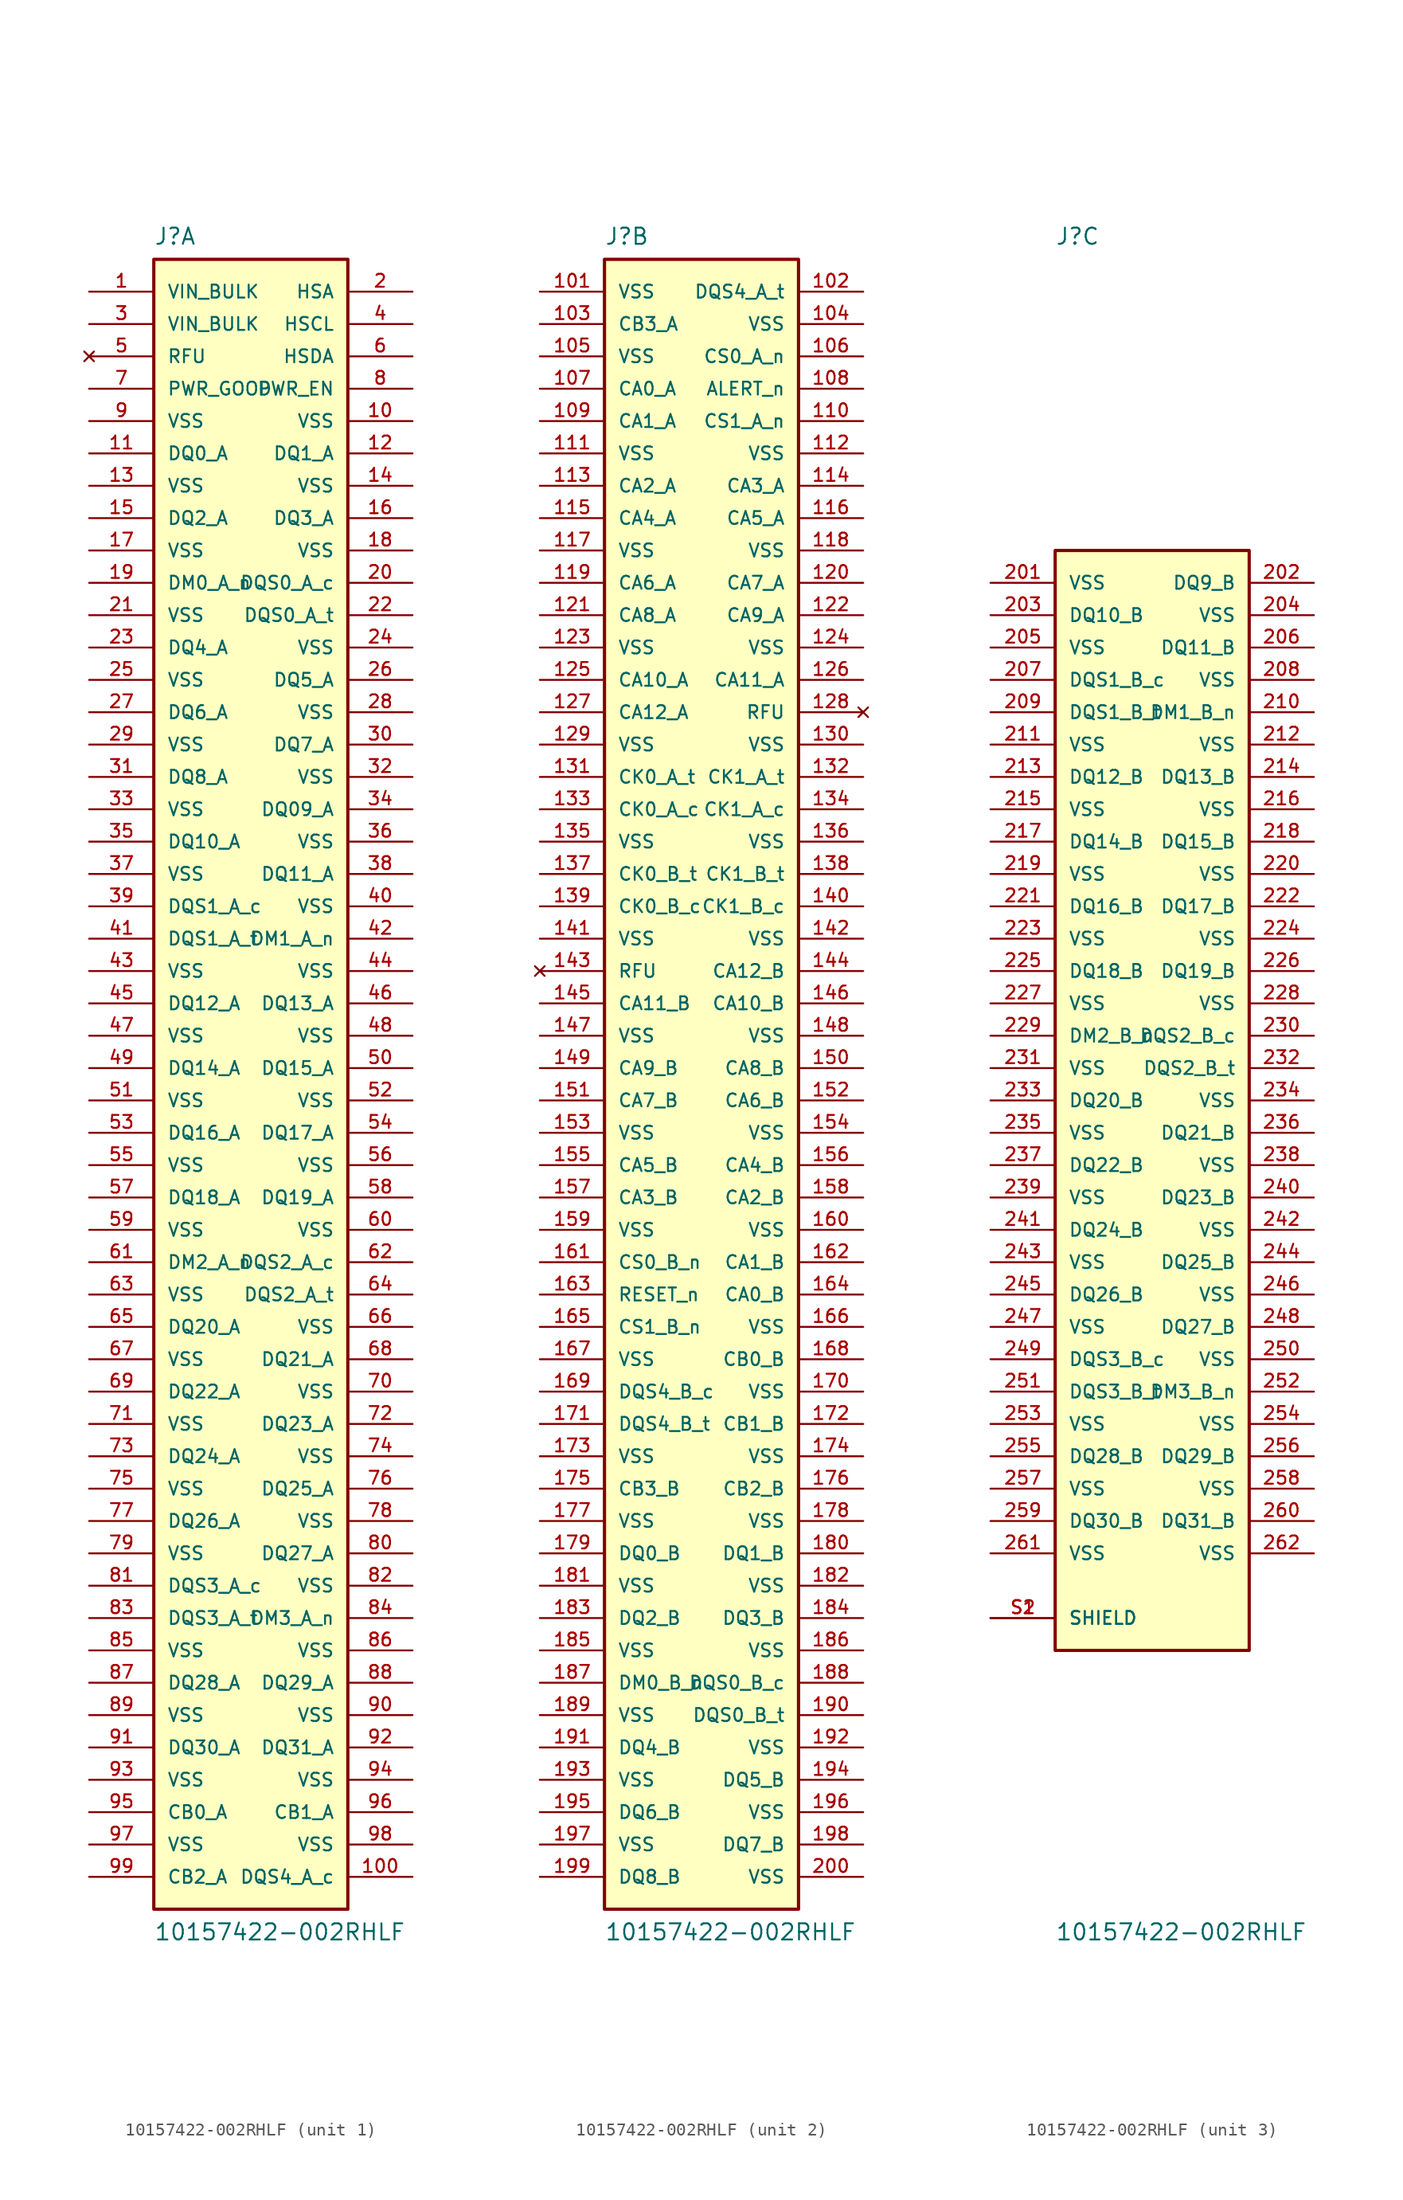
<source format=kicad_sym>
(kicad_symbol_lib
  (version 20220914)
  (generator kicad_symbol_editor)
  (symbol "10157422-002RHLF"
    (pin_names
      (offset 1.016))
    (property "Reference" "J"
      (at -7.62 68.58 0)
      (effects (font (size 1.27 1.27)) (justify left top)))
    (property "Value" "10157422-002RHLF"
      (at -7.62 -66.04 0)
      (effects (font (size 1.27 1.27)) (justify left bottom)))
    (symbol "10157422-002RHLF_1_0"
      (rectangle (start -7.62 -63.5) (end 7.62 66.04) (stroke (width 0.254) (type default)) (fill (type background)))
      (pin power_in line (at -12.7 63.5 0) (length 5.08) (name "VIN_BULK" (effects (font (size 1.016 1.016)))) (number "1" (effects (font (size 1.016 1.016)))))
      (pin power_in line (at 12.7 53.34 180) (length 5.08) (name "VSS" (effects (font (size 1.016 1.016)))) (number "10" (effects (font (size 1.016 1.016)))))
      (pin bidirectional line (at 12.7 -60.96 180) (length 5.08) (name "DQS4_A_c" (effects (font (size 1.016 1.016)))) (number "100" (effects (font (size 1.016 1.016)))))
      (pin bidirectional line (at -12.7 50.8 0) (length 5.08) (name "DQ0_A" (effects (font (size 1.016 1.016)))) (number "11" (effects (font (size 1.016 1.016)))))
      (pin bidirectional line (at 12.7 50.8 180) (length 5.08) (name "DQ1_A" (effects (font (size 1.016 1.016)))) (number "12" (effects (font (size 1.016 1.016)))))
      (pin power_in line (at -12.7 48.26 0) (length 5.08) (name "VSS" (effects (font (size 1.016 1.016)))) (number "13" (effects (font (size 1.016 1.016)))))
      (pin power_in line (at 12.7 48.26 180) (length 5.08) (name "VSS" (effects (font (size 1.016 1.016)))) (number "14" (effects (font (size 1.016 1.016)))))
      (pin bidirectional line (at -12.7 45.72 0) (length 5.08) (name "DQ2_A" (effects (font (size 1.016 1.016)))) (number "15" (effects (font (size 1.016 1.016)))))
      (pin bidirectional line (at 12.7 45.72 180) (length 5.08) (name "DQ3_A" (effects (font (size 1.016 1.016)))) (number "16" (effects (font (size 1.016 1.016)))))
      (pin power_in line (at -12.7 43.18 0) (length 5.08) (name "VSS" (effects (font (size 1.016 1.016)))) (number "17" (effects (font (size 1.016 1.016)))))
      (pin power_in line (at 12.7 43.18 180) (length 5.08) (name "VSS" (effects (font (size 1.016 1.016)))) (number "18" (effects (font (size 1.016 1.016)))))
      (pin input line (at -12.7 40.64 0) (length 5.08) (name "DM0_A_n" (effects (font (size 1.016 1.016)))) (number "19" (effects (font (size 1.016 1.016)))))
      (pin input line (at 12.7 63.5 180) (length 5.08) (name "HSA" (effects (font (size 1.016 1.016)))) (number "2" (effects (font (size 1.016 1.016)))))
      (pin bidirectional line (at 12.7 40.64 180) (length 5.08) (name "DQS0_A_c" (effects (font (size 1.016 1.016)))) (number "20" (effects (font (size 1.016 1.016)))))
      (pin power_in line (at -12.7 38.1 0) (length 5.08) (name "VSS" (effects (font (size 1.016 1.016)))) (number "21" (effects (font (size 1.016 1.016)))))
      (pin bidirectional line (at 12.7 38.1 180) (length 5.08) (name "DQS0_A_t" (effects (font (size 1.016 1.016)))) (number "22" (effects (font (size 1.016 1.016)))))
      (pin bidirectional line (at -12.7 35.56 0) (length 5.08) (name "DQ4_A" (effects (font (size 1.016 1.016)))) (number "23" (effects (font (size 1.016 1.016)))))
      (pin power_in line (at 12.7 35.56 180) (length 5.08) (name "VSS" (effects (font (size 1.016 1.016)))) (number "24" (effects (font (size 1.016 1.016)))))
      (pin power_in line (at -12.7 33.02 0) (length 5.08) (name "VSS" (effects (font (size 1.016 1.016)))) (number "25" (effects (font (size 1.016 1.016)))))
      (pin bidirectional line (at 12.7 33.02 180) (length 5.08) (name "DQ5_A" (effects (font (size 1.016 1.016)))) (number "26" (effects (font (size 1.016 1.016)))))
      (pin bidirectional line (at -12.7 30.48 0) (length 5.08) (name "DQ6_A" (effects (font (size 1.016 1.016)))) (number "27" (effects (font (size 1.016 1.016)))))
      (pin power_in line (at 12.7 30.48 180) (length 5.08) (name "VSS" (effects (font (size 1.016 1.016)))) (number "28" (effects (font (size 1.016 1.016)))))
      (pin power_in line (at -12.7 27.94 0) (length 5.08) (name "VSS" (effects (font (size 1.016 1.016)))) (number "29" (effects (font (size 1.016 1.016)))))
      (pin power_in line (at -12.7 60.96 0) (length 5.08) (name "VIN_BULK" (effects (font (size 1.016 1.016)))) (number "3" (effects (font (size 1.016 1.016)))))
      (pin bidirectional line (at 12.7 27.94 180) (length 5.08) (name "DQ7_A" (effects (font (size 1.016 1.016)))) (number "30" (effects (font (size 1.016 1.016)))))
      (pin bidirectional line (at -12.7 25.4 0) (length 5.08) (name "DQ8_A" (effects (font (size 1.016 1.016)))) (number "31" (effects (font (size 1.016 1.016)))))
      (pin power_in line (at 12.7 25.4 180) (length 5.08) (name "VSS" (effects (font (size 1.016 1.016)))) (number "32" (effects (font (size 1.016 1.016)))))
      (pin power_in line (at -12.7 22.86 0) (length 5.08) (name "VSS" (effects (font (size 1.016 1.016)))) (number "33" (effects (font (size 1.016 1.016)))))
      (pin bidirectional line (at 12.7 22.86 180) (length 5.08) (name "DQ09_A" (effects (font (size 1.016 1.016)))) (number "34" (effects (font (size 1.016 1.016)))))
      (pin bidirectional line (at -12.7 20.32 0) (length 5.08) (name "DQ10_A" (effects (font (size 1.016 1.016)))) (number "35" (effects (font (size 1.016 1.016)))))
      (pin power_in line (at 12.7 20.32 180) (length 5.08) (name "VSS" (effects (font (size 1.016 1.016)))) (number "36" (effects (font (size 1.016 1.016)))))
      (pin power_in line (at -12.7 17.78 0) (length 5.08) (name "VSS" (effects (font (size 1.016 1.016)))) (number "37" (effects (font (size 1.016 1.016)))))
      (pin bidirectional line (at 12.7 17.78 180) (length 5.08) (name "DQ11_A" (effects (font (size 1.016 1.016)))) (number "38" (effects (font (size 1.016 1.016)))))
      (pin bidirectional line (at -12.7 15.24 0) (length 5.08) (name "DQS1_A_c" (effects (font (size 1.016 1.016)))) (number "39" (effects (font (size 1.016 1.016)))))
      (pin input line (at 12.7 60.96 180) (length 5.08) (name "HSCL" (effects (font (size 1.016 1.016)))) (number "4" (effects (font (size 1.016 1.016)))))
      (pin power_in line (at 12.7 15.24 180) (length 5.08) (name "VSS" (effects (font (size 1.016 1.016)))) (number "40" (effects (font (size 1.016 1.016)))))
      (pin bidirectional line (at -12.7 12.7 0) (length 5.08) (name "DQS1_A_t" (effects (font (size 1.016 1.016)))) (number "41" (effects (font (size 1.016 1.016)))))
      (pin input line (at 12.7 12.7 180) (length 5.08) (name "DM1_A_n" (effects (font (size 1.016 1.016)))) (number "42" (effects (font (size 1.016 1.016)))))
      (pin power_in line (at -12.7 10.16 0) (length 5.08) (name "VSS" (effects (font (size 1.016 1.016)))) (number "43" (effects (font (size 1.016 1.016)))))
      (pin power_in line (at 12.7 10.16 180) (length 5.08) (name "VSS" (effects (font (size 1.016 1.016)))) (number "44" (effects (font (size 1.016 1.016)))))
      (pin bidirectional line (at -12.7 7.62 0) (length 5.08) (name "DQ12_A" (effects (font (size 1.016 1.016)))) (number "45" (effects (font (size 1.016 1.016)))))
      (pin bidirectional line (at 12.7 7.62 180) (length 5.08) (name "DQ13_A" (effects (font (size 1.016 1.016)))) (number "46" (effects (font (size 1.016 1.016)))))
      (pin power_in line (at -12.7 5.08 0) (length 5.08) (name "VSS" (effects (font (size 1.016 1.016)))) (number "47" (effects (font (size 1.016 1.016)))))
      (pin power_in line (at 12.7 5.08 180) (length 5.08) (name "VSS" (effects (font (size 1.016 1.016)))) (number "48" (effects (font (size 1.016 1.016)))))
      (pin bidirectional line (at -12.7 2.54 0) (length 5.08) (name "DQ14_A" (effects (font (size 1.016 1.016)))) (number "49" (effects (font (size 1.016 1.016)))))
      (pin no_connect line (at -12.7 58.42 0) (length 5.08) (name "RFU" (effects (font (size 1.016 1.016)))) (number "5" (effects (font (size 1.016 1.016)))))
      (pin bidirectional line (at 12.7 2.54 180) (length 5.08) (name "DQ15_A" (effects (font (size 1.016 1.016)))) (number "50" (effects (font (size 1.016 1.016)))))
      (pin power_in line (at -12.7 0 0) (length 5.08) (name "VSS" (effects (font (size 1.016 1.016)))) (number "51" (effects (font (size 1.016 1.016)))))
      (pin power_in line (at 12.7 0 180) (length 5.08) (name "VSS" (effects (font (size 1.016 1.016)))) (number "52" (effects (font (size 1.016 1.016)))))
      (pin bidirectional line (at -12.7 -2.54 0) (length 5.08) (name "DQ16_A" (effects (font (size 1.016 1.016)))) (number "53" (effects (font (size 1.016 1.016)))))
      (pin bidirectional line (at 12.7 -2.54 180) (length 5.08) (name "DQ17_A" (effects (font (size 1.016 1.016)))) (number "54" (effects (font (size 1.016 1.016)))))
      (pin power_in line (at -12.7 -5.08 0) (length 5.08) (name "VSS" (effects (font (size 1.016 1.016)))) (number "55" (effects (font (size 1.016 1.016)))))
      (pin power_in line (at 12.7 -5.08 180) (length 5.08) (name "VSS" (effects (font (size 1.016 1.016)))) (number "56" (effects (font (size 1.016 1.016)))))
      (pin bidirectional line (at -12.7 -7.62 0) (length 5.08) (name "DQ18_A" (effects (font (size 1.016 1.016)))) (number "57" (effects (font (size 1.016 1.016)))))
      (pin bidirectional line (at 12.7 -7.62 180) (length 5.08) (name "DQ19_A" (effects (font (size 1.016 1.016)))) (number "58" (effects (font (size 1.016 1.016)))))
      (pin power_in line (at -12.7 -10.16 0) (length 5.08) (name "VSS" (effects (font (size 1.016 1.016)))) (number "59" (effects (font (size 1.016 1.016)))))
      (pin bidirectional line (at 12.7 58.42 180) (length 5.08) (name "HSDA" (effects (font (size 1.016 1.016)))) (number "6" (effects (font (size 1.016 1.016)))))
      (pin power_in line (at 12.7 -10.16 180) (length 5.08) (name "VSS" (effects (font (size 1.016 1.016)))) (number "60" (effects (font (size 1.016 1.016)))))
      (pin input line (at -12.7 -12.7 0) (length 5.08) (name "DM2_A_n" (effects (font (size 1.016 1.016)))) (number "61" (effects (font (size 1.016 1.016)))))
      (pin bidirectional line (at 12.7 -12.7 180) (length 5.08) (name "DQS2_A_c" (effects (font (size 1.016 1.016)))) (number "62" (effects (font (size 1.016 1.016)))))
      (pin power_in line (at -12.7 -15.24 0) (length 5.08) (name "VSS" (effects (font (size 1.016 1.016)))) (number "63" (effects (font (size 1.016 1.016)))))
      (pin bidirectional line (at 12.7 -15.24 180) (length 5.08) (name "DQS2_A_t" (effects (font (size 1.016 1.016)))) (number "64" (effects (font (size 1.016 1.016)))))
      (pin bidirectional line (at -12.7 -17.78 0) (length 5.08) (name "DQ20_A" (effects (font (size 1.016 1.016)))) (number "65" (effects (font (size 1.016 1.016)))))
      (pin power_in line (at 12.7 -17.78 180) (length 5.08) (name "VSS" (effects (font (size 1.016 1.016)))) (number "66" (effects (font (size 1.016 1.016)))))
      (pin power_in line (at -12.7 -20.32 0) (length 5.08) (name "VSS" (effects (font (size 1.016 1.016)))) (number "67" (effects (font (size 1.016 1.016)))))
      (pin bidirectional line (at 12.7 -20.32 180) (length 5.08) (name "DQ21_A" (effects (font (size 1.016 1.016)))) (number "68" (effects (font (size 1.016 1.016)))))
      (pin bidirectional line (at -12.7 -22.86 0) (length 5.08) (name "DQ22_A" (effects (font (size 1.016 1.016)))) (number "69" (effects (font (size 1.016 1.016)))))
      (pin bidirectional line (at -12.7 55.88 0) (length 5.08) (name "PWR_GOOD" (effects (font (size 1.016 1.016)))) (number "7" (effects (font (size 1.016 1.016)))))
      (pin power_in line (at 12.7 -22.86 180) (length 5.08) (name "VSS" (effects (font (size 1.016 1.016)))) (number "70" (effects (font (size 1.016 1.016)))))
      (pin power_in line (at -12.7 -25.4 0) (length 5.08) (name "VSS" (effects (font (size 1.016 1.016)))) (number "71" (effects (font (size 1.016 1.016)))))
      (pin bidirectional line (at 12.7 -25.4 180) (length 5.08) (name "DQ23_A" (effects (font (size 1.016 1.016)))) (number "72" (effects (font (size 1.016 1.016)))))
      (pin bidirectional line (at -12.7 -27.94 0) (length 5.08) (name "DQ24_A" (effects (font (size 1.016 1.016)))) (number "73" (effects (font (size 1.016 1.016)))))
      (pin power_in line (at 12.7 -27.94 180) (length 5.08) (name "VSS" (effects (font (size 1.016 1.016)))) (number "74" (effects (font (size 1.016 1.016)))))
      (pin power_in line (at -12.7 -30.48 0) (length 5.08) (name "VSS" (effects (font (size 1.016 1.016)))) (number "75" (effects (font (size 1.016 1.016)))))
      (pin bidirectional line (at 12.7 -30.48 180) (length 5.08) (name "DQ25_A" (effects (font (size 1.016 1.016)))) (number "76" (effects (font (size 1.016 1.016)))))
      (pin bidirectional line (at -12.7 -33.02 0) (length 5.08) (name "DQ26_A" (effects (font (size 1.016 1.016)))) (number "77" (effects (font (size 1.016 1.016)))))
      (pin power_in line (at 12.7 -33.02 180) (length 5.08) (name "VSS" (effects (font (size 1.016 1.016)))) (number "78" (effects (font (size 1.016 1.016)))))
      (pin power_in line (at -12.7 -35.56 0) (length 5.08) (name "VSS" (effects (font (size 1.016 1.016)))) (number "79" (effects (font (size 1.016 1.016)))))
      (pin input line (at 12.7 55.88 180) (length 5.08) (name "PWR_EN" (effects (font (size 1.016 1.016)))) (number "8" (effects (font (size 1.016 1.016)))))
      (pin bidirectional line (at 12.7 -35.56 180) (length 5.08) (name "DQ27_A" (effects (font (size 1.016 1.016)))) (number "80" (effects (font (size 1.016 1.016)))))
      (pin bidirectional line (at -12.7 -38.1 0) (length 5.08) (name "DQS3_A_c" (effects (font (size 1.016 1.016)))) (number "81" (effects (font (size 1.016 1.016)))))
      (pin power_in line (at 12.7 -38.1 180) (length 5.08) (name "VSS" (effects (font (size 1.016 1.016)))) (number "82" (effects (font (size 1.016 1.016)))))
      (pin bidirectional line (at -12.7 -40.64 0) (length 5.08) (name "DQS3_A_t" (effects (font (size 1.016 1.016)))) (number "83" (effects (font (size 1.016 1.016)))))
      (pin input line (at 12.7 -40.64 180) (length 5.08) (name "DM3_A_n" (effects (font (size 1.016 1.016)))) (number "84" (effects (font (size 1.016 1.016)))))
      (pin power_in line (at -12.7 -43.18 0) (length 5.08) (name "VSS" (effects (font (size 1.016 1.016)))) (number "85" (effects (font (size 1.016 1.016)))))
      (pin power_in line (at 12.7 -43.18 180) (length 5.08) (name "VSS" (effects (font (size 1.016 1.016)))) (number "86" (effects (font (size 1.016 1.016)))))
      (pin bidirectional line (at -12.7 -45.72 0) (length 5.08) (name "DQ28_A" (effects (font (size 1.016 1.016)))) (number "87" (effects (font (size 1.016 1.016)))))
      (pin bidirectional line (at 12.7 -45.72 180) (length 5.08) (name "DQ29_A" (effects (font (size 1.016 1.016)))) (number "88" (effects (font (size 1.016 1.016)))))
      (pin power_in line (at -12.7 -48.26 0) (length 5.08) (name "VSS" (effects (font (size 1.016 1.016)))) (number "89" (effects (font (size 1.016 1.016)))))
      (pin power_in line (at -12.7 53.34 0) (length 5.08) (name "VSS" (effects (font (size 1.016 1.016)))) (number "9" (effects (font (size 1.016 1.016)))))
      (pin power_in line (at 12.7 -48.26 180) (length 5.08) (name "VSS" (effects (font (size 1.016 1.016)))) (number "90" (effects (font (size 1.016 1.016)))))
      (pin bidirectional line (at -12.7 -50.8 0) (length 5.08) (name "DQ30_A" (effects (font (size 1.016 1.016)))) (number "91" (effects (font (size 1.016 1.016)))))
      (pin bidirectional line (at 12.7 -50.8 180) (length 5.08) (name "DQ31_A" (effects (font (size 1.016 1.016)))) (number "92" (effects (font (size 1.016 1.016)))))
      (pin power_in line (at -12.7 -53.34 0) (length 5.08) (name "VSS" (effects (font (size 1.016 1.016)))) (number "93" (effects (font (size 1.016 1.016)))))
      (pin power_in line (at 12.7 -53.34 180) (length 5.08) (name "VSS" (effects (font (size 1.016 1.016)))) (number "94" (effects (font (size 1.016 1.016)))))
      (pin bidirectional line (at -12.7 -55.88 0) (length 5.08) (name "CB0_A" (effects (font (size 1.016 1.016)))) (number "95" (effects (font (size 1.016 1.016)))))
      (pin bidirectional line (at 12.7 -55.88 180) (length 5.08) (name "CB1_A" (effects (font (size 1.016 1.016)))) (number "96" (effects (font (size 1.016 1.016)))))
      (pin power_in line (at -12.7 -58.42 0) (length 5.08) (name "VSS" (effects (font (size 1.016 1.016)))) (number "97" (effects (font (size 1.016 1.016)))))
      (pin power_in line (at 12.7 -58.42 180) (length 5.08) (name "VSS" (effects (font (size 1.016 1.016)))) (number "98" (effects (font (size 1.016 1.016)))))
      (pin bidirectional line (at -12.7 -60.96 0) (length 5.08) (name "CB2_A" (effects (font (size 1.016 1.016)))) (number "99" (effects (font (size 1.016 1.016))))))
    (symbol "10157422-002RHLF_2_0"
      (rectangle (start -7.62 -63.5) (end 7.62 66.04) (stroke (width 0.254) (type default)) (fill (type background)))
      (pin power_in line (at -12.7 63.5 0) (length 5.08) (name "VSS" (effects (font (size 1.016 1.016)))) (number "101" (effects (font (size 1.016 1.016)))))
      (pin bidirectional line (at 12.7 63.5 180) (length 5.08) (name "DQS4_A_t" (effects (font (size 1.016 1.016)))) (number "102" (effects (font (size 1.016 1.016)))))
      (pin bidirectional line (at -12.7 60.96 0) (length 5.08) (name "CB3_A" (effects (font (size 1.016 1.016)))) (number "103" (effects (font (size 1.016 1.016)))))
      (pin power_in line (at 12.7 60.96 180) (length 5.08) (name "VSS" (effects (font (size 1.016 1.016)))) (number "104" (effects (font (size 1.016 1.016)))))
      (pin power_in line (at -12.7 58.42 0) (length 5.08) (name "VSS" (effects (font (size 1.016 1.016)))) (number "105" (effects (font (size 1.016 1.016)))))
      (pin input line (at 12.7 58.42 180) (length 5.08) (name "CS0_A_n" (effects (font (size 1.016 1.016)))) (number "106" (effects (font (size 1.016 1.016)))))
      (pin input line (at -12.7 55.88 0) (length 5.08) (name "CA0_A" (effects (font (size 1.016 1.016)))) (number "107" (effects (font (size 1.016 1.016)))))
      (pin bidirectional line (at 12.7 55.88 180) (length 5.08) (name "ALERT_n" (effects (font (size 1.016 1.016)))) (number "108" (effects (font (size 1.016 1.016)))))
      (pin input line (at -12.7 53.34 0) (length 5.08) (name "CA1_A" (effects (font (size 1.016 1.016)))) (number "109" (effects (font (size 1.016 1.016)))))
      (pin input line (at 12.7 53.34 180) (length 5.08) (name "CS1_A_n" (effects (font (size 1.016 1.016)))) (number "110" (effects (font (size 1.016 1.016)))))
      (pin power_in line (at -12.7 50.8 0) (length 5.08) (name "VSS" (effects (font (size 1.016 1.016)))) (number "111" (effects (font (size 1.016 1.016)))))
      (pin power_in line (at 12.7 50.8 180) (length 5.08) (name "VSS" (effects (font (size 1.016 1.016)))) (number "112" (effects (font (size 1.016 1.016)))))
      (pin input line (at -12.7 48.26 0) (length 5.08) (name "CA2_A" (effects (font (size 1.016 1.016)))) (number "113" (effects (font (size 1.016 1.016)))))
      (pin input line (at 12.7 48.26 180) (length 5.08) (name "CA3_A" (effects (font (size 1.016 1.016)))) (number "114" (effects (font (size 1.016 1.016)))))
      (pin input line (at -12.7 45.72 0) (length 5.08) (name "CA4_A" (effects (font (size 1.016 1.016)))) (number "115" (effects (font (size 1.016 1.016)))))
      (pin input line (at 12.7 45.72 180) (length 5.08) (name "CA5_A" (effects (font (size 1.016 1.016)))) (number "116" (effects (font (size 1.016 1.016)))))
      (pin power_in line (at -12.7 43.18 0) (length 5.08) (name "VSS" (effects (font (size 1.016 1.016)))) (number "117" (effects (font (size 1.016 1.016)))))
      (pin power_in line (at 12.7 43.18 180) (length 5.08) (name "VSS" (effects (font (size 1.016 1.016)))) (number "118" (effects (font (size 1.016 1.016)))))
      (pin input line (at -12.7 40.64 0) (length 5.08) (name "CA6_A" (effects (font (size 1.016 1.016)))) (number "119" (effects (font (size 1.016 1.016)))))
      (pin input line (at 12.7 40.64 180) (length 5.08) (name "CA7_A" (effects (font (size 1.016 1.016)))) (number "120" (effects (font (size 1.016 1.016)))))
      (pin input line (at -12.7 38.1 0) (length 5.08) (name "CA8_A" (effects (font (size 1.016 1.016)))) (number "121" (effects (font (size 1.016 1.016)))))
      (pin input line (at 12.7 38.1 180) (length 5.08) (name "CA9_A" (effects (font (size 1.016 1.016)))) (number "122" (effects (font (size 1.016 1.016)))))
      (pin power_in line (at -12.7 35.56 0) (length 5.08) (name "VSS" (effects (font (size 1.016 1.016)))) (number "123" (effects (font (size 1.016 1.016)))))
      (pin power_in line (at 12.7 35.56 180) (length 5.08) (name "VSS" (effects (font (size 1.016 1.016)))) (number "124" (effects (font (size 1.016 1.016)))))
      (pin input line (at -12.7 33.02 0) (length 5.08) (name "CA10_A" (effects (font (size 1.016 1.016)))) (number "125" (effects (font (size 1.016 1.016)))))
      (pin input line (at 12.7 33.02 180) (length 5.08) (name "CA11_A" (effects (font (size 1.016 1.016)))) (number "126" (effects (font (size 1.016 1.016)))))
      (pin input line (at -12.7 30.48 0) (length 5.08) (name "CA12_A" (effects (font (size 1.016 1.016)))) (number "127" (effects (font (size 1.016 1.016)))))
      (pin no_connect line (at 12.7 30.48 180) (length 5.08) (name "RFU" (effects (font (size 1.016 1.016)))) (number "128" (effects (font (size 1.016 1.016)))))
      (pin power_in line (at -12.7 27.94 0) (length 5.08) (name "VSS" (effects (font (size 1.016 1.016)))) (number "129" (effects (font (size 1.016 1.016)))))
      (pin power_in line (at 12.7 27.94 180) (length 5.08) (name "VSS" (effects (font (size 1.016 1.016)))) (number "130" (effects (font (size 1.016 1.016)))))
      (pin input line (at -12.7 25.4 0) (length 5.08) (name "CK0_A_t" (effects (font (size 1.016 1.016)))) (number "131" (effects (font (size 1.016 1.016)))))
      (pin input line (at 12.7 25.4 180) (length 5.08) (name "CK1_A_t" (effects (font (size 1.016 1.016)))) (number "132" (effects (font (size 1.016 1.016)))))
      (pin input line (at -12.7 22.86 0) (length 5.08) (name "CK0_A_c" (effects (font (size 1.016 1.016)))) (number "133" (effects (font (size 1.016 1.016)))))
      (pin input line (at 12.7 22.86 180) (length 5.08) (name "CK1_A_c" (effects (font (size 1.016 1.016)))) (number "134" (effects (font (size 1.016 1.016)))))
      (pin power_in line (at -12.7 20.32 0) (length 5.08) (name "VSS" (effects (font (size 1.016 1.016)))) (number "135" (effects (font (size 1.016 1.016)))))
      (pin power_in line (at 12.7 20.32 180) (length 5.08) (name "VSS" (effects (font (size 1.016 1.016)))) (number "136" (effects (font (size 1.016 1.016)))))
      (pin input line (at -12.7 17.78 0) (length 5.08) (name "CK0_B_t" (effects (font (size 1.016 1.016)))) (number "137" (effects (font (size 1.016 1.016)))))
      (pin input line (at 12.7 17.78 180) (length 5.08) (name "CK1_B_t" (effects (font (size 1.016 1.016)))) (number "138" (effects (font (size 1.016 1.016)))))
      (pin input line (at -12.7 15.24 0) (length 5.08) (name "CK0_B_c" (effects (font (size 1.016 1.016)))) (number "139" (effects (font (size 1.016 1.016)))))
      (pin input line (at 12.7 15.24 180) (length 5.08) (name "CK1_B_c" (effects (font (size 1.016 1.016)))) (number "140" (effects (font (size 1.016 1.016)))))
      (pin power_in line (at -12.7 12.7 0) (length 5.08) (name "VSS" (effects (font (size 1.016 1.016)))) (number "141" (effects (font (size 1.016 1.016)))))
      (pin power_in line (at 12.7 12.7 180) (length 5.08) (name "VSS" (effects (font (size 1.016 1.016)))) (number "142" (effects (font (size 1.016 1.016)))))
      (pin no_connect line (at -12.7 10.16 0) (length 5.08) (name "RFU" (effects (font (size 1.016 1.016)))) (number "143" (effects (font (size 1.016 1.016)))))
      (pin input line (at 12.7 10.16 180) (length 5.08) (name "CA12_B" (effects (font (size 1.016 1.016)))) (number "144" (effects (font (size 1.016 1.016)))))
      (pin input line (at -12.7 7.62 0) (length 5.08) (name "CA11_B" (effects (font (size 1.016 1.016)))) (number "145" (effects (font (size 1.016 1.016)))))
      (pin input line (at 12.7 7.62 180) (length 5.08) (name "CA10_B" (effects (font (size 1.016 1.016)))) (number "146" (effects (font (size 1.016 1.016)))))
      (pin power_in line (at -12.7 5.08 0) (length 5.08) (name "VSS" (effects (font (size 1.016 1.016)))) (number "147" (effects (font (size 1.016 1.016)))))
      (pin power_in line (at 12.7 5.08 180) (length 5.08) (name "VSS" (effects (font (size 1.016 1.016)))) (number "148" (effects (font (size 1.016 1.016)))))
      (pin input line (at -12.7 2.54 0) (length 5.08) (name "CA9_B" (effects (font (size 1.016 1.016)))) (number "149" (effects (font (size 1.016 1.016)))))
      (pin input line (at 12.7 2.54 180) (length 5.08) (name "CA8_B" (effects (font (size 1.016 1.016)))) (number "150" (effects (font (size 1.016 1.016)))))
      (pin input line (at -12.7 0 0) (length 5.08) (name "CA7_B" (effects (font (size 1.016 1.016)))) (number "151" (effects (font (size 1.016 1.016)))))
      (pin input line (at 12.7 0 180) (length 5.08) (name "CA6_B" (effects (font (size 1.016 1.016)))) (number "152" (effects (font (size 1.016 1.016)))))
      (pin power_in line (at -12.7 -2.54 0) (length 5.08) (name "VSS" (effects (font (size 1.016 1.016)))) (number "153" (effects (font (size 1.016 1.016)))))
      (pin power_in line (at 12.7 -2.54 180) (length 5.08) (name "VSS" (effects (font (size 1.016 1.016)))) (number "154" (effects (font (size 1.016 1.016)))))
      (pin input line (at -12.7 -5.08 0) (length 5.08) (name "CA5_B" (effects (font (size 1.016 1.016)))) (number "155" (effects (font (size 1.016 1.016)))))
      (pin input line (at 12.7 -5.08 180) (length 5.08) (name "CA4_B" (effects (font (size 1.016 1.016)))) (number "156" (effects (font (size 1.016 1.016)))))
      (pin input line (at -12.7 -7.62 0) (length 5.08) (name "CA3_B" (effects (font (size 1.016 1.016)))) (number "157" (effects (font (size 1.016 1.016)))))
      (pin input line (at 12.7 -7.62 180) (length 5.08) (name "CA2_B" (effects (font (size 1.016 1.016)))) (number "158" (effects (font (size 1.016 1.016)))))
      (pin power_in line (at -12.7 -10.16 0) (length 5.08) (name "VSS" (effects (font (size 1.016 1.016)))) (number "159" (effects (font (size 1.016 1.016)))))
      (pin power_in line (at 12.7 -10.16 180) (length 5.08) (name "VSS" (effects (font (size 1.016 1.016)))) (number "160" (effects (font (size 1.016 1.016)))))
      (pin input line (at -12.7 -12.7 0) (length 5.08) (name "CS0_B_n" (effects (font (size 1.016 1.016)))) (number "161" (effects (font (size 1.016 1.016)))))
      (pin input line (at 12.7 -12.7 180) (length 5.08) (name "CA1_B" (effects (font (size 1.016 1.016)))) (number "162" (effects (font (size 1.016 1.016)))))
      (pin input line (at -12.7 -15.24 0) (length 5.08) (name "RESET_n" (effects (font (size 1.016 1.016)))) (number "163" (effects (font (size 1.016 1.016)))))
      (pin input line (at 12.7 -15.24 180) (length 5.08) (name "CA0_B" (effects (font (size 1.016 1.016)))) (number "164" (effects (font (size 1.016 1.016)))))
      (pin input line (at -12.7 -17.78 0) (length 5.08) (name "CS1_B_n" (effects (font (size 1.016 1.016)))) (number "165" (effects (font (size 1.016 1.016)))))
      (pin power_in line (at 12.7 -17.78 180) (length 5.08) (name "VSS" (effects (font (size 1.016 1.016)))) (number "166" (effects (font (size 1.016 1.016)))))
      (pin power_in line (at -12.7 -20.32 0) (length 5.08) (name "VSS" (effects (font (size 1.016 1.016)))) (number "167" (effects (font (size 1.016 1.016)))))
      (pin bidirectional line (at 12.7 -20.32 180) (length 5.08) (name "CB0_B" (effects (font (size 1.016 1.016)))) (number "168" (effects (font (size 1.016 1.016)))))
      (pin bidirectional line (at -12.7 -22.86 0) (length 5.08) (name "DQS4_B_c" (effects (font (size 1.016 1.016)))) (number "169" (effects (font (size 1.016 1.016)))))
      (pin power_in line (at 12.7 -22.86 180) (length 5.08) (name "VSS" (effects (font (size 1.016 1.016)))) (number "170" (effects (font (size 1.016 1.016)))))
      (pin bidirectional line (at -12.7 -25.4 0) (length 5.08) (name "DQS4_B_t" (effects (font (size 1.016 1.016)))) (number "171" (effects (font (size 1.016 1.016)))))
      (pin bidirectional line (at 12.7 -25.4 180) (length 5.08) (name "CB1_B" (effects (font (size 1.016 1.016)))) (number "172" (effects (font (size 1.016 1.016)))))
      (pin power_in line (at -12.7 -27.94 0) (length 5.08) (name "VSS" (effects (font (size 1.016 1.016)))) (number "173" (effects (font (size 1.016 1.016)))))
      (pin power_in line (at 12.7 -27.94 180) (length 5.08) (name "VSS" (effects (font (size 1.016 1.016)))) (number "174" (effects (font (size 1.016 1.016)))))
      (pin bidirectional line (at -12.7 -30.48 0) (length 5.08) (name "CB3_B" (effects (font (size 1.016 1.016)))) (number "175" (effects (font (size 1.016 1.016)))))
      (pin bidirectional line (at 12.7 -30.48 180) (length 5.08) (name "CB2_B" (effects (font (size 1.016 1.016)))) (number "176" (effects (font (size 1.016 1.016)))))
      (pin power_in line (at -12.7 -33.02 0) (length 5.08) (name "VSS" (effects (font (size 1.016 1.016)))) (number "177" (effects (font (size 1.016 1.016)))))
      (pin power_in line (at 12.7 -33.02 180) (length 5.08) (name "VSS" (effects (font (size 1.016 1.016)))) (number "178" (effects (font (size 1.016 1.016)))))
      (pin bidirectional line (at -12.7 -35.56 0) (length 5.08) (name "DQ0_B" (effects (font (size 1.016 1.016)))) (number "179" (effects (font (size 1.016 1.016)))))
      (pin bidirectional line (at 12.7 -35.56 180) (length 5.08) (name "DQ1_B" (effects (font (size 1.016 1.016)))) (number "180" (effects (font (size 1.016 1.016)))))
      (pin power_in line (at -12.7 -38.1 0) (length 5.08) (name "VSS" (effects (font (size 1.016 1.016)))) (number "181" (effects (font (size 1.016 1.016)))))
      (pin power_in line (at 12.7 -38.1 180) (length 5.08) (name "VSS" (effects (font (size 1.016 1.016)))) (number "182" (effects (font (size 1.016 1.016)))))
      (pin bidirectional line (at -12.7 -40.64 0) (length 5.08) (name "DQ2_B" (effects (font (size 1.016 1.016)))) (number "183" (effects (font (size 1.016 1.016)))))
      (pin bidirectional line (at 12.7 -40.64 180) (length 5.08) (name "DQ3_B" (effects (font (size 1.016 1.016)))) (number "184" (effects (font (size 1.016 1.016)))))
      (pin power_in line (at -12.7 -43.18 0) (length 5.08) (name "VSS" (effects (font (size 1.016 1.016)))) (number "185" (effects (font (size 1.016 1.016)))))
      (pin power_in line (at 12.7 -43.18 180) (length 5.08) (name "VSS" (effects (font (size 1.016 1.016)))) (number "186" (effects (font (size 1.016 1.016)))))
      (pin input line (at -12.7 -45.72 0) (length 5.08) (name "DM0_B_n" (effects (font (size 1.016 1.016)))) (number "187" (effects (font (size 1.016 1.016)))))
      (pin bidirectional line (at 12.7 -45.72 180) (length 5.08) (name "DQS0_B_c" (effects (font (size 1.016 1.016)))) (number "188" (effects (font (size 1.016 1.016)))))
      (pin power_in line (at -12.7 -48.26 0) (length 5.08) (name "VSS" (effects (font (size 1.016 1.016)))) (number "189" (effects (font (size 1.016 1.016)))))
      (pin bidirectional line (at 12.7 -48.26 180) (length 5.08) (name "DQS0_B_t" (effects (font (size 1.016 1.016)))) (number "190" (effects (font (size 1.016 1.016)))))
      (pin bidirectional line (at -12.7 -50.8 0) (length 5.08) (name "DQ4_B" (effects (font (size 1.016 1.016)))) (number "191" (effects (font (size 1.016 1.016)))))
      (pin power_in line (at 12.7 -50.8 180) (length 5.08) (name "VSS" (effects (font (size 1.016 1.016)))) (number "192" (effects (font (size 1.016 1.016)))))
      (pin power_in line (at -12.7 -53.34 0) (length 5.08) (name "VSS" (effects (font (size 1.016 1.016)))) (number "193" (effects (font (size 1.016 1.016)))))
      (pin bidirectional line (at 12.7 -53.34 180) (length 5.08) (name "DQ5_B" (effects (font (size 1.016 1.016)))) (number "194" (effects (font (size 1.016 1.016)))))
      (pin bidirectional line (at -12.7 -55.88 0) (length 5.08) (name "DQ6_B" (effects (font (size 1.016 1.016)))) (number "195" (effects (font (size 1.016 1.016)))))
      (pin power_in line (at 12.7 -55.88 180) (length 5.08) (name "VSS" (effects (font (size 1.016 1.016)))) (number "196" (effects (font (size 1.016 1.016)))))
      (pin power_in line (at -12.7 -58.42 0) (length 5.08) (name "VSS" (effects (font (size 1.016 1.016)))) (number "197" (effects (font (size 1.016 1.016)))))
      (pin bidirectional line (at 12.7 -58.42 180) (length 5.08) (name "DQ7_B" (effects (font (size 1.016 1.016)))) (number "198" (effects (font (size 1.016 1.016)))))
      (pin bidirectional line (at -12.7 -60.96 0) (length 5.08) (name "DQ8_B" (effects (font (size 1.016 1.016)))) (number "199" (effects (font (size 1.016 1.016)))))
      (pin power_in line (at 12.7 -60.96 180) (length 5.08) (name "VSS" (effects (font (size 1.016 1.016)))) (number "200" (effects (font (size 1.016 1.016))))))
    (symbol "10157422-002RHLF_3_0"
      (rectangle (start -7.62 -43.18) (end 7.62 43.18) (stroke (width 0.254) (type default)) (fill (type background)))
      (pin power_in line (at -12.7 40.64 0) (length 5.08) (name "VSS" (effects (font (size 1.016 1.016)))) (number "201" (effects (font (size 1.016 1.016)))))
      (pin bidirectional line (at 12.7 40.64 180) (length 5.08) (name "DQ9_B" (effects (font (size 1.016 1.016)))) (number "202" (effects (font (size 1.016 1.016)))))
      (pin bidirectional line (at -12.7 38.1 0) (length 5.08) (name "DQ10_B" (effects (font (size 1.016 1.016)))) (number "203" (effects (font (size 1.016 1.016)))))
      (pin power_in line (at 12.7 38.1 180) (length 5.08) (name "VSS" (effects (font (size 1.016 1.016)))) (number "204" (effects (font (size 1.016 1.016)))))
      (pin power_in line (at -12.7 35.56 0) (length 5.08) (name "VSS" (effects (font (size 1.016 1.016)))) (number "205" (effects (font (size 1.016 1.016)))))
      (pin bidirectional line (at 12.7 35.56 180) (length 5.08) (name "DQ11_B" (effects (font (size 1.016 1.016)))) (number "206" (effects (font (size 1.016 1.016)))))
      (pin bidirectional line (at -12.7 33.02 0) (length 5.08) (name "DQS1_B_c" (effects (font (size 1.016 1.016)))) (number "207" (effects (font (size 1.016 1.016)))))
      (pin power_in line (at 12.7 33.02 180) (length 5.08) (name "VSS" (effects (font (size 1.016 1.016)))) (number "208" (effects (font (size 1.016 1.016)))))
      (pin bidirectional line (at -12.7 30.48 0) (length 5.08) (name "DQS1_B_t" (effects (font (size 1.016 1.016)))) (number "209" (effects (font (size 1.016 1.016)))))
      (pin input line (at 12.7 30.48 180) (length 5.08) (name "DM1_B_n" (effects (font (size 1.016 1.016)))) (number "210" (effects (font (size 1.016 1.016)))))
      (pin power_in line (at -12.7 27.94 0) (length 5.08) (name "VSS" (effects (font (size 1.016 1.016)))) (number "211" (effects (font (size 1.016 1.016)))))
      (pin power_in line (at 12.7 27.94 180) (length 5.08) (name "VSS" (effects (font (size 1.016 1.016)))) (number "212" (effects (font (size 1.016 1.016)))))
      (pin bidirectional line (at -12.7 25.4 0) (length 5.08) (name "DQ12_B" (effects (font (size 1.016 1.016)))) (number "213" (effects (font (size 1.016 1.016)))))
      (pin bidirectional line (at 12.7 25.4 180) (length 5.08) (name "DQ13_B" (effects (font (size 1.016 1.016)))) (number "214" (effects (font (size 1.016 1.016)))))
      (pin power_in line (at -12.7 22.86 0) (length 5.08) (name "VSS" (effects (font (size 1.016 1.016)))) (number "215" (effects (font (size 1.016 1.016)))))
      (pin power_in line (at 12.7 22.86 180) (length 5.08) (name "VSS" (effects (font (size 1.016 1.016)))) (number "216" (effects (font (size 1.016 1.016)))))
      (pin bidirectional line (at -12.7 20.32 0) (length 5.08) (name "DQ14_B" (effects (font (size 1.016 1.016)))) (number "217" (effects (font (size 1.016 1.016)))))
      (pin bidirectional line (at 12.7 20.32 180) (length 5.08) (name "DQ15_B" (effects (font (size 1.016 1.016)))) (number "218" (effects (font (size 1.016 1.016)))))
      (pin power_in line (at -12.7 17.78 0) (length 5.08) (name "VSS" (effects (font (size 1.016 1.016)))) (number "219" (effects (font (size 1.016 1.016)))))
      (pin power_in line (at 12.7 17.78 180) (length 5.08) (name "VSS" (effects (font (size 1.016 1.016)))) (number "220" (effects (font (size 1.016 1.016)))))
      (pin bidirectional line (at -12.7 15.24 0) (length 5.08) (name "DQ16_B" (effects (font (size 1.016 1.016)))) (number "221" (effects (font (size 1.016 1.016)))))
      (pin bidirectional line (at 12.7 15.24 180) (length 5.08) (name "DQ17_B" (effects (font (size 1.016 1.016)))) (number "222" (effects (font (size 1.016 1.016)))))
      (pin power_in line (at -12.7 12.7 0) (length 5.08) (name "VSS" (effects (font (size 1.016 1.016)))) (number "223" (effects (font (size 1.016 1.016)))))
      (pin power_in line (at 12.7 12.7 180) (length 5.08) (name "VSS" (effects (font (size 1.016 1.016)))) (number "224" (effects (font (size 1.016 1.016)))))
      (pin bidirectional line (at -12.7 10.16 0) (length 5.08) (name "DQ18_B" (effects (font (size 1.016 1.016)))) (number "225" (effects (font (size 1.016 1.016)))))
      (pin bidirectional line (at 12.7 10.16 180) (length 5.08) (name "DQ19_B" (effects (font (size 1.016 1.016)))) (number "226" (effects (font (size 1.016 1.016)))))
      (pin power_in line (at -12.7 7.62 0) (length 5.08) (name "VSS" (effects (font (size 1.016 1.016)))) (number "227" (effects (font (size 1.016 1.016)))))
      (pin power_in line (at 12.7 7.62 180) (length 5.08) (name "VSS" (effects (font (size 1.016 1.016)))) (number "228" (effects (font (size 1.016 1.016)))))
      (pin input line (at -12.7 5.08 0) (length 5.08) (name "DM2_B_n" (effects (font (size 1.016 1.016)))) (number "229" (effects (font (size 1.016 1.016)))))
      (pin bidirectional line (at 12.7 5.08 180) (length 5.08) (name "DQS2_B_c" (effects (font (size 1.016 1.016)))) (number "230" (effects (font (size 1.016 1.016)))))
      (pin power_in line (at -12.7 2.54 0) (length 5.08) (name "VSS" (effects (font (size 1.016 1.016)))) (number "231" (effects (font (size 1.016 1.016)))))
      (pin bidirectional line (at 12.7 2.54 180) (length 5.08) (name "DQS2_B_t" (effects (font (size 1.016 1.016)))) (number "232" (effects (font (size 1.016 1.016)))))
      (pin bidirectional line (at -12.7 0 0) (length 5.08) (name "DQ20_B" (effects (font (size 1.016 1.016)))) (number "233" (effects (font (size 1.016 1.016)))))
      (pin power_in line (at 12.7 0 180) (length 5.08) (name "VSS" (effects (font (size 1.016 1.016)))) (number "234" (effects (font (size 1.016 1.016)))))
      (pin power_in line (at -12.7 -2.54 0) (length 5.08) (name "VSS" (effects (font (size 1.016 1.016)))) (number "235" (effects (font (size 1.016 1.016)))))
      (pin bidirectional line (at 12.7 -2.54 180) (length 5.08) (name "DQ21_B" (effects (font (size 1.016 1.016)))) (number "236" (effects (font (size 1.016 1.016)))))
      (pin bidirectional line (at -12.7 -5.08 0) (length 5.08) (name "DQ22_B" (effects (font (size 1.016 1.016)))) (number "237" (effects (font (size 1.016 1.016)))))
      (pin power_in line (at 12.7 -5.08 180) (length 5.08) (name "VSS" (effects (font (size 1.016 1.016)))) (number "238" (effects (font (size 1.016 1.016)))))
      (pin power_in line (at -12.7 -7.62 0) (length 5.08) (name "VSS" (effects (font (size 1.016 1.016)))) (number "239" (effects (font (size 1.016 1.016)))))
      (pin bidirectional line (at 12.7 -7.62 180) (length 5.08) (name "DQ23_B" (effects (font (size 1.016 1.016)))) (number "240" (effects (font (size 1.016 1.016)))))
      (pin bidirectional line (at -12.7 -10.16 0) (length 5.08) (name "DQ24_B" (effects (font (size 1.016 1.016)))) (number "241" (effects (font (size 1.016 1.016)))))
      (pin power_in line (at 12.7 -10.16 180) (length 5.08) (name "VSS" (effects (font (size 1.016 1.016)))) (number "242" (effects (font (size 1.016 1.016)))))
      (pin power_in line (at -12.7 -12.7 0) (length 5.08) (name "VSS" (effects (font (size 1.016 1.016)))) (number "243" (effects (font (size 1.016 1.016)))))
      (pin bidirectional line (at 12.7 -12.7 180) (length 5.08) (name "DQ25_B" (effects (font (size 1.016 1.016)))) (number "244" (effects (font (size 1.016 1.016)))))
      (pin bidirectional line (at -12.7 -15.24 0) (length 5.08) (name "DQ26_B" (effects (font (size 1.016 1.016)))) (number "245" (effects (font (size 1.016 1.016)))))
      (pin power_in line (at 12.7 -15.24 180) (length 5.08) (name "VSS" (effects (font (size 1.016 1.016)))) (number "246" (effects (font (size 1.016 1.016)))))
      (pin power_in line (at -12.7 -17.78 0) (length 5.08) (name "VSS" (effects (font (size 1.016 1.016)))) (number "247" (effects (font (size 1.016 1.016)))))
      (pin bidirectional line (at 12.7 -17.78 180) (length 5.08) (name "DQ27_B" (effects (font (size 1.016 1.016)))) (number "248" (effects (font (size 1.016 1.016)))))
      (pin bidirectional line (at -12.7 -20.32 0) (length 5.08) (name "DQS3_B_c" (effects (font (size 1.016 1.016)))) (number "249" (effects (font (size 1.016 1.016)))))
      (pin power_in line (at 12.7 -20.32 180) (length 5.08) (name "VSS" (effects (font (size 1.016 1.016)))) (number "250" (effects (font (size 1.016 1.016)))))
      (pin bidirectional line (at -12.7 -22.86 0) (length 5.08) (name "DQS3_B_t" (effects (font (size 1.016 1.016)))) (number "251" (effects (font (size 1.016 1.016)))))
      (pin input line (at 12.7 -22.86 180) (length 5.08) (name "DM3_B_n" (effects (font (size 1.016 1.016)))) (number "252" (effects (font (size 1.016 1.016)))))
      (pin power_in line (at -12.7 -25.4 0) (length 5.08) (name "VSS" (effects (font (size 1.016 1.016)))) (number "253" (effects (font (size 1.016 1.016)))))
      (pin power_in line (at 12.7 -25.4 180) (length 5.08) (name "VSS" (effects (font (size 1.016 1.016)))) (number "254" (effects (font (size 1.016 1.016)))))
      (pin bidirectional line (at -12.7 -27.94 0) (length 5.08) (name "DQ28_B" (effects (font (size 1.016 1.016)))) (number "255" (effects (font (size 1.016 1.016)))))
      (pin bidirectional line (at 12.7 -27.94 180) (length 5.08) (name "DQ29_B" (effects (font (size 1.016 1.016)))) (number "256" (effects (font (size 1.016 1.016)))))
      (pin power_in line (at -12.7 -30.48 0) (length 5.08) (name "VSS" (effects (font (size 1.016 1.016)))) (number "257" (effects (font (size 1.016 1.016)))))
      (pin power_in line (at 12.7 -30.48 180) (length 5.08) (name "VSS" (effects (font (size 1.016 1.016)))) (number "258" (effects (font (size 1.016 1.016)))))
      (pin bidirectional line (at -12.7 -33.02 0) (length 5.08) (name "DQ30_B" (effects (font (size 1.016 1.016)))) (number "259" (effects (font (size 1.016 1.016)))))
      (pin bidirectional line (at 12.7 -33.02 180) (length 5.08) (name "DQ31_B" (effects (font (size 1.016 1.016)))) (number "260" (effects (font (size 1.016 1.016)))))
      (pin power_in line (at -12.7 -35.56 0) (length 5.08) (name "VSS" (effects (font (size 1.016 1.016)))) (number "261" (effects (font (size 1.016 1.016)))))
      (pin power_in line (at 12.7 -35.56 180) (length 5.08) (name "VSS" (effects (font (size 1.016 1.016)))) (number "262" (effects (font (size 1.016 1.016)))))
      (pin power_in line (at -12.7 -40.64 0) (length 5.08) (name "SHIELD" (effects (font (size 1.016 1.016)))) (number "S1" (effects (font (size 1.016 1.016)))))
      (pin power_in line (at -12.7 -40.64 0) (length 5.08) (name "SHIELD" (effects (font (size 1.016 1.016)))) (number "S2" (effects (font (size 1.016 1.016))))))))
</source>
